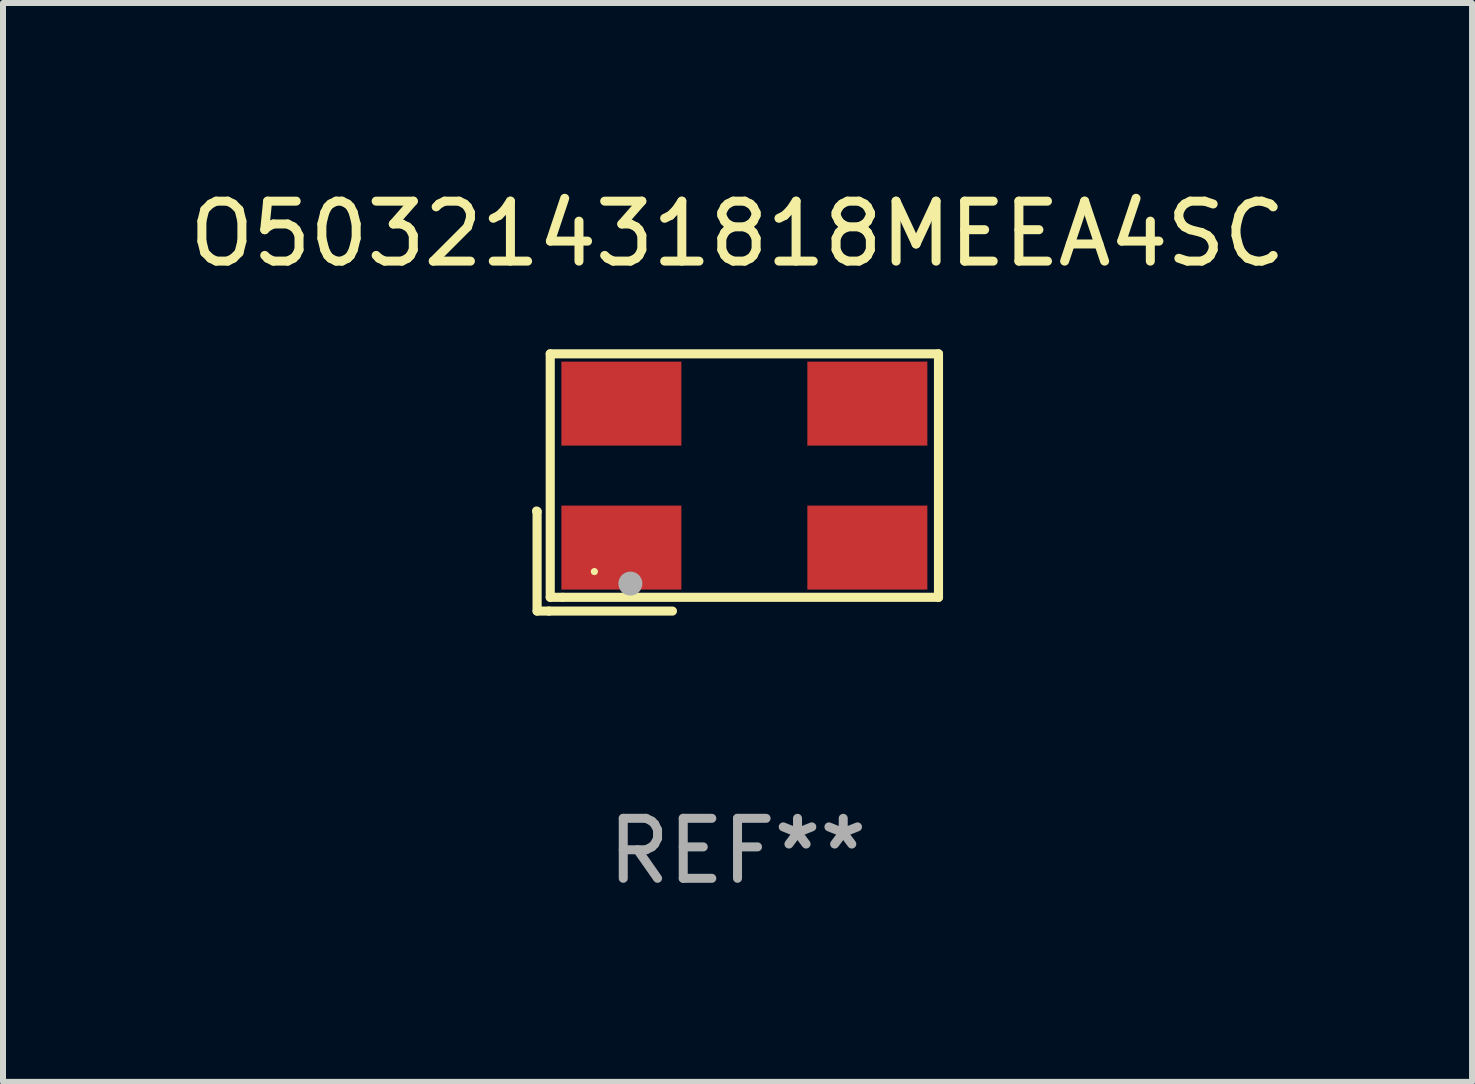
<source format=kicad_pcb>
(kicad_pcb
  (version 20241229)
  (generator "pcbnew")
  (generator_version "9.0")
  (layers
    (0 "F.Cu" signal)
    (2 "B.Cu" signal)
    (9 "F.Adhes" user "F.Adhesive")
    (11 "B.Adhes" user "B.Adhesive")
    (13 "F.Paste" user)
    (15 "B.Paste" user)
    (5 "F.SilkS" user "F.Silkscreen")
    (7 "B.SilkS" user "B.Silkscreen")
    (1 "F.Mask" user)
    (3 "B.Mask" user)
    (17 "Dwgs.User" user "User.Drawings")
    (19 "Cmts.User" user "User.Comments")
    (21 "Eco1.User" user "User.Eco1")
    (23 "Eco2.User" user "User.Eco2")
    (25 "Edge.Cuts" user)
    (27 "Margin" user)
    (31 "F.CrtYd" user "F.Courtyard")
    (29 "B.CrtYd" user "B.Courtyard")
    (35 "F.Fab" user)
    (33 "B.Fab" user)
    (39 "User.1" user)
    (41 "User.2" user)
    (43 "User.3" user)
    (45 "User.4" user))
  (footprint "O50321431818MEEA4SC"
    (layer "F.Cu")
    (at 9.244 4.992)
    (property "Reference" "O50321431818MEEA4SC" (at 0 -4.144 0) (layer "F.SilkS") (effects (font (size 1 1) (thickness 0.15))))
    (attr through_hole)
    (fp_line (start -3.35 0.476) (end -3.341 0.485) (stroke (width 0.152) (type solid)) (layer "F.SilkS"))
    (fp_line (start -3.341 0.485) (end -3.341 2.144) (stroke (width 0.152) (type solid)) (layer "F.SilkS"))
    (fp_line (start -3.341 2.144) (end -3.143 2.144) (stroke (width 0.152) (type solid)) (layer "F.SilkS"))
    (fp_line (start -3.143 2.144) (end -1.085 2.144) (stroke (width 0.152) (type solid)) (layer "F.SilkS"))
    (fp_line (start -3.122 -2.144) (end 3.35 -2.144) (stroke (width 0.152) (type solid)) (layer "F.SilkS"))
    (fp_line (start -3.122 1.915) (end -3.122 -2.144) (stroke (width 0.152) (type solid)) (layer "F.SilkS"))
    (fp_line (start -2.914 1.915) (end -3.122 1.915) (stroke (width 0.152) (type solid)) (layer "F.SilkS"))
    (fp_line (start 3.35 -2.144) (end 3.35 1.915) (stroke (width 0.152) (type solid)) (layer "F.SilkS"))
    (fp_line (start 3.35 1.915) (end -2.914 1.915) (stroke (width 0.152) (type solid)) (layer "F.SilkS"))
    (fp_circle (center -2.386 1.486) (end -2.356 1.486) (stroke (width 0.06) (type solid)) (fill no) (layer "F.SilkS"))
    (fp_circle (center -1.786 1.686) (end -1.686 1.686) (stroke (width 0.2) (type solid)) (fill no) (layer "F.Fab"))
    (fp_text user "REF**" (at 0 6.144 0) (layer "F.Fab") (effects (font (size 1 1) (thickness 0.15))))
    (pad "1" smd rect (at -1.936 1.086) (size 2 1.4) (layers "F.Cu" "F.Mask" "F.Paste"))
    (pad "2" smd rect (at 2.164 1.086) (size 2 1.4) (layers "F.Cu" "F.Mask" "F.Paste"))
    (pad "3" smd rect (at 2.164 -1.314) (size 2 1.4) (layers "F.Cu" "F.Mask" "F.Paste"))
    (pad "4" smd rect (at -1.936 -1.314) (size 2 1.4) (layers "F.Cu" "F.Mask" "F.Paste")))
  (gr_rect
    (start -3 -3)
    (end 21.488 14.984)
    (stroke (width 0.1) (type default))
    (fill no)
    (layer "Edge.Cuts")))
</source>
